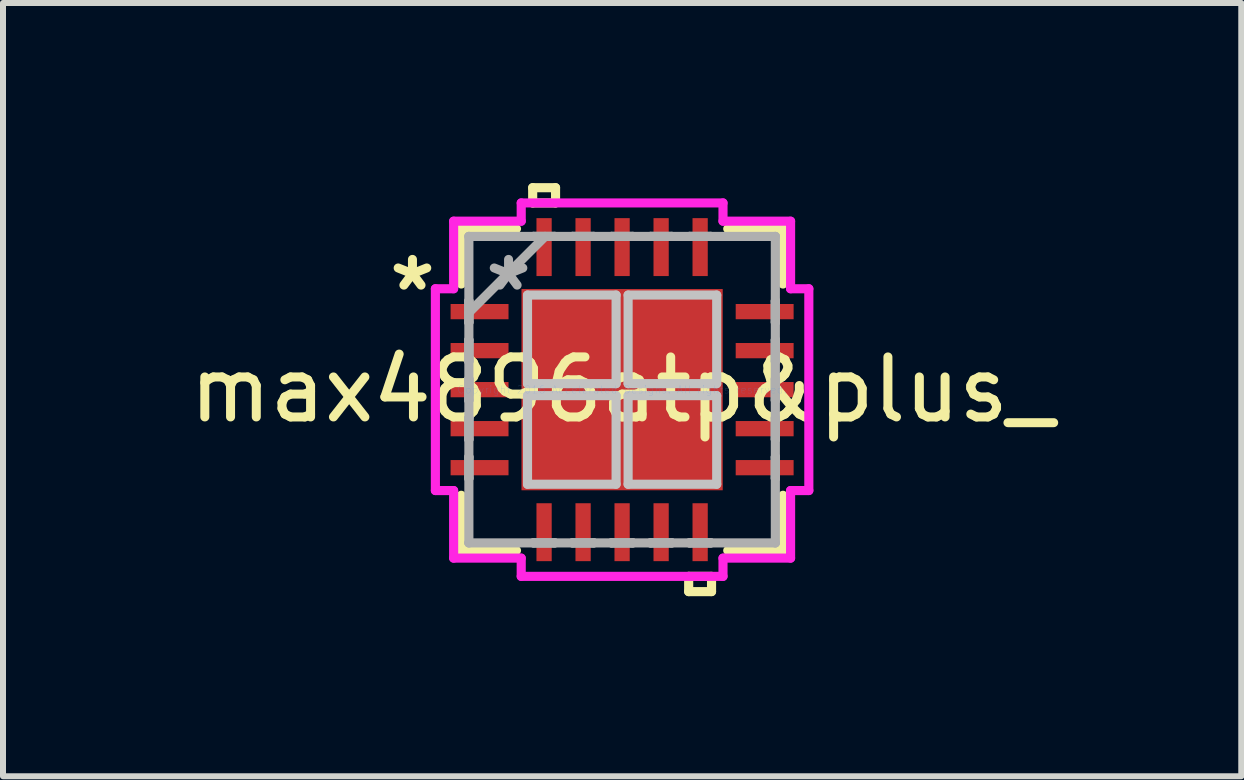
<source format=kicad_pcb>
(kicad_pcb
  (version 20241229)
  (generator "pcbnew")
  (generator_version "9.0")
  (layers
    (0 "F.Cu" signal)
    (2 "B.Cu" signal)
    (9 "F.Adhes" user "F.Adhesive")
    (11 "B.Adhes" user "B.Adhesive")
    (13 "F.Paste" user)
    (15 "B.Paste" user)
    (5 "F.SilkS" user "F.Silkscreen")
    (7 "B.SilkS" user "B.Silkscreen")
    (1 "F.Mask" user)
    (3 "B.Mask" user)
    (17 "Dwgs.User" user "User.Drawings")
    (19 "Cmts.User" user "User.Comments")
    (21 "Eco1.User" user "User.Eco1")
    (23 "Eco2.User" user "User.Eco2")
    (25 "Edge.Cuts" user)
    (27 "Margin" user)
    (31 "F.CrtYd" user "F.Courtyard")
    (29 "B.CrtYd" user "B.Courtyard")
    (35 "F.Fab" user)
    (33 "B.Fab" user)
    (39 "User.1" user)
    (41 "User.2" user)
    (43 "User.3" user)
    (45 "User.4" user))
  (footprint "max4896atp&plus_"
    (layer "F.Cu")
    (at 7.315 3.442)
    (property "Reference" "max4896atp&plus_" (at 0 0 0) (layer "F.SilkS") (effects (font (size 1 1) (thickness 0.15))))
    (attr through_hole)
    (fp_line (start -2.68 -2.68) (end -2.68 -1.76) (stroke (width 0.152) (type solid)) (layer "F.SilkS"))
    (fp_line (start -2.68 1.76) (end -2.68 2.68) (stroke (width 0.152) (type solid)) (layer "F.SilkS"))
    (fp_line (start -2.68 2.68) (end -1.76 2.68) (stroke (width 0.152) (type solid)) (layer "F.SilkS"))
    (fp_line (start -1.76 -2.68) (end -2.68 -2.68) (stroke (width 0.152) (type solid)) (layer "F.SilkS"))
    (fp_line (start -1.49 -3.365) (end -1.109 -3.365) (stroke (width 0.152) (type solid)) (layer "F.SilkS"))
    (fp_line (start -1.49 -3.111) (end -1.49 -3.365) (stroke (width 0.152) (type solid)) (layer "F.SilkS"))
    (fp_line (start -1.109 -3.365) (end -1.109 -3.111) (stroke (width 0.152) (type solid)) (layer "F.SilkS"))
    (fp_line (start -1.109 -3.111) (end -1.49 -3.111) (stroke (width 0.152) (type solid)) (layer "F.SilkS"))
    (fp_line (start 1.109 3.111) (end 1.109 3.365) (stroke (width 0.152) (type solid)) (layer "F.SilkS"))
    (fp_line (start 1.109 3.365) (end 1.49 3.365) (stroke (width 0.152) (type solid)) (layer "F.SilkS"))
    (fp_line (start 1.49 3.111) (end 1.109 3.111) (stroke (width 0.152) (type solid)) (layer "F.SilkS"))
    (fp_line (start 1.49 3.365) (end 1.49 3.111) (stroke (width 0.152) (type solid)) (layer "F.SilkS"))
    (fp_line (start 1.76 2.68) (end 2.68 2.68) (stroke (width 0.152) (type solid)) (layer "F.SilkS"))
    (fp_line (start 2.68 -2.68) (end 1.76 -2.68) (stroke (width 0.152) (type solid)) (layer "F.SilkS"))
    (fp_line (start 2.68 -1.76) (end 2.68 -2.68) (stroke (width 0.152) (type solid)) (layer "F.SilkS"))
    (fp_line (start 2.68 2.68) (end 2.68 1.76) (stroke (width 0.152) (type solid)) (layer "F.SilkS"))
    (fp_line (start -1.576 -1.576) (end -1.576 -0.1) (stroke (width 0.152) (type solid)) (layer "Dwgs.User"))
    (fp_line (start -1.576 -0.1) (end -0.1 -0.1) (stroke (width 0.152) (type solid)) (layer "Dwgs.User"))
    (fp_line (start -1.576 0.1) (end -1.576 1.576) (stroke (width 0.152) (type solid)) (layer "Dwgs.User"))
    (fp_line (start -1.576 1.576) (end -0.1 1.576) (stroke (width 0.152) (type solid)) (layer "Dwgs.User"))
    (fp_line (start -0.1 -1.576) (end -1.576 -1.576) (stroke (width 0.152) (type solid)) (layer "Dwgs.User"))
    (fp_line (start -0.1 -0.1) (end -0.1 -1.576) (stroke (width 0.152) (type solid)) (layer "Dwgs.User"))
    (fp_line (start -0.1 0.1) (end -1.576 0.1) (stroke (width 0.152) (type solid)) (layer "Dwgs.User"))
    (fp_line (start -0.1 1.576) (end -0.1 0.1) (stroke (width 0.152) (type solid)) (layer "Dwgs.User"))
    (fp_line (start 0.1 -1.576) (end 0.1 -0.1) (stroke (width 0.152) (type solid)) (layer "Dwgs.User"))
    (fp_line (start 0.1 -0.1) (end 1.576 -0.1) (stroke (width 0.152) (type solid)) (layer "Dwgs.User"))
    (fp_line (start 0.1 0.1) (end 0.1 1.576) (stroke (width 0.152) (type solid)) (layer "Dwgs.User"))
    (fp_line (start 0.1 1.576) (end 1.576 1.576) (stroke (width 0.152) (type solid)) (layer "Dwgs.User"))
    (fp_line (start 1.576 -1.576) (end 0.1 -1.576) (stroke (width 0.152) (type solid)) (layer "Dwgs.User"))
    (fp_line (start 1.576 -0.1) (end 1.576 -1.576) (stroke (width 0.152) (type solid)) (layer "Dwgs.User"))
    (fp_line (start 1.576 0.1) (end 0.1 0.1) (stroke (width 0.152) (type solid)) (layer "Dwgs.User"))
    (fp_line (start 1.576 1.576) (end 1.576 0.1) (stroke (width 0.152) (type solid)) (layer "Dwgs.User"))
    (fp_line (start -3.111 -1.681) (end -2.807 -1.681) (stroke (width 0.152) (type solid)) (layer "F.CrtYd"))
    (fp_line (start -3.111 1.681) (end -3.111 -1.681) (stroke (width 0.152) (type solid)) (layer "F.CrtYd"))
    (fp_line (start -2.807 -2.807) (end -1.681 -2.807) (stroke (width 0.152) (type solid)) (layer "F.CrtYd"))
    (fp_line (start -2.807 -1.681) (end -2.807 -2.807) (stroke (width 0.152) (type solid)) (layer "F.CrtYd"))
    (fp_line (start -2.807 1.681) (end -3.111 1.681) (stroke (width 0.152) (type solid)) (layer "F.CrtYd"))
    (fp_line (start -2.807 2.807) (end -2.807 1.681) (stroke (width 0.152) (type solid)) (layer "F.CrtYd"))
    (fp_line (start -1.681 -3.111) (end 1.681 -3.111) (stroke (width 0.152) (type solid)) (layer "F.CrtYd"))
    (fp_line (start -1.681 -2.807) (end -1.681 -3.111) (stroke (width 0.152) (type solid)) (layer "F.CrtYd"))
    (fp_line (start -1.681 2.807) (end -2.807 2.807) (stroke (width 0.152) (type solid)) (layer "F.CrtYd"))
    (fp_line (start -1.681 3.111) (end -1.681 2.807) (stroke (width 0.152) (type solid)) (layer "F.CrtYd"))
    (fp_line (start 1.681 -3.111) (end 1.681 -2.807) (stroke (width 0.152) (type solid)) (layer "F.CrtYd"))
    (fp_line (start 1.681 -2.807) (end 2.807 -2.807) (stroke (width 0.152) (type solid)) (layer "F.CrtYd"))
    (fp_line (start 1.681 2.807) (end 1.681 3.111) (stroke (width 0.152) (type solid)) (layer "F.CrtYd"))
    (fp_line (start 1.681 3.111) (end -1.681 3.111) (stroke (width 0.152) (type solid)) (layer "F.CrtYd"))
    (fp_line (start 2.807 -2.807) (end 2.807 -1.681) (stroke (width 0.152) (type solid)) (layer "F.CrtYd"))
    (fp_line (start 2.807 -1.681) (end 3.111 -1.681) (stroke (width 0.152) (type solid)) (layer "F.CrtYd"))
    (fp_line (start 2.807 1.681) (end 2.807 2.807) (stroke (width 0.152) (type solid)) (layer "F.CrtYd"))
    (fp_line (start 2.807 2.807) (end 1.681 2.807) (stroke (width 0.152) (type solid)) (layer "F.CrtYd"))
    (fp_line (start 3.111 -1.681) (end 3.111 1.681) (stroke (width 0.152) (type solid)) (layer "F.CrtYd"))
    (fp_line (start 3.111 1.681) (end 2.807 1.681) (stroke (width 0.152) (type solid)) (layer "F.CrtYd"))
    (fp_line (start -2.553 -2.553) (end -2.553 -2.553) (stroke (width 0.152) (type solid)) (layer "F.Fab"))
    (fp_line (start -2.553 -2.553) (end -2.553 2.553) (stroke (width 0.152) (type solid)) (layer "F.Fab"))
    (fp_line (start -2.553 -1.478) (end -2.553 -1.478) (stroke (width 0.152) (type solid)) (layer "F.Fab"))
    (fp_line (start -2.553 -1.478) (end -2.553 -1.122) (stroke (width 0.152) (type solid)) (layer "F.Fab"))
    (fp_line (start -2.553 -1.283) (end -1.283 -2.553) (stroke (width 0.152) (type solid)) (layer "F.Fab"))
    (fp_line (start -2.553 -1.122) (end -2.553 -1.478) (stroke (width 0.152) (type solid)) (layer "F.Fab"))
    (fp_line (start -2.553 -1.122) (end -2.553 -1.122) (stroke (width 0.152) (type solid)) (layer "F.Fab"))
    (fp_line (start -2.553 -0.828) (end -2.553 -0.828) (stroke (width 0.152) (type solid)) (layer "F.Fab"))
    (fp_line (start -2.553 -0.828) (end -2.553 -0.472) (stroke (width 0.152) (type solid)) (layer "F.Fab"))
    (fp_line (start -2.553 -0.472) (end -2.553 -0.828) (stroke (width 0.152) (type solid)) (layer "F.Fab"))
    (fp_line (start -2.553 -0.472) (end -2.553 -0.472) (stroke (width 0.152) (type solid)) (layer "F.Fab"))
    (fp_line (start -2.553 -0.178) (end -2.553 -0.178) (stroke (width 0.152) (type solid)) (layer "F.Fab"))
    (fp_line (start -2.553 -0.178) (end -2.553 0.178) (stroke (width 0.152) (type solid)) (layer "F.Fab"))
    (fp_line (start -2.553 0.178) (end -2.553 -0.178) (stroke (width 0.152) (type solid)) (layer "F.Fab"))
    (fp_line (start -2.553 0.178) (end -2.553 0.178) (stroke (width 0.152) (type solid)) (layer "F.Fab"))
    (fp_line (start -2.553 0.472) (end -2.553 0.472) (stroke (width 0.152) (type solid)) (layer "F.Fab"))
    (fp_line (start -2.553 0.472) (end -2.553 0.828) (stroke (width 0.152) (type solid)) (layer "F.Fab"))
    (fp_line (start -2.553 0.828) (end -2.553 0.472) (stroke (width 0.152) (type solid)) (layer "F.Fab"))
    (fp_line (start -2.553 0.828) (end -2.553 0.828) (stroke (width 0.152) (type solid)) (layer "F.Fab"))
    (fp_line (start -2.553 1.122) (end -2.553 1.122) (stroke (width 0.152) (type solid)) (layer "F.Fab"))
    (fp_line (start -2.553 1.122) (end -2.553 1.478) (stroke (width 0.152) (type solid)) (layer "F.Fab"))
    (fp_line (start -2.553 1.478) (end -2.553 1.122) (stroke (width 0.152) (type solid)) (layer "F.Fab"))
    (fp_line (start -2.553 1.478) (end -2.553 1.478) (stroke (width 0.152) (type solid)) (layer "F.Fab"))
    (fp_line (start -2.553 2.553) (end -2.553 2.553) (stroke (width 0.152) (type solid)) (layer "F.Fab"))
    (fp_line (start -2.553 2.553) (end 2.553 2.553) (stroke (width 0.152) (type solid)) (layer "F.Fab"))
    (fp_line (start -1.478 -2.553) (end -1.478 -2.553) (stroke (width 0.152) (type solid)) (layer "F.Fab"))
    (fp_line (start -1.478 -2.553) (end -1.122 -2.553) (stroke (width 0.152) (type solid)) (layer "F.Fab"))
    (fp_line (start -1.478 2.553) (end -1.478 2.553) (stroke (width 0.152) (type solid)) (layer "F.Fab"))
    (fp_line (start -1.478 2.553) (end -1.122 2.553) (stroke (width 0.152) (type solid)) (layer "F.Fab"))
    (fp_line (start -1.122 -2.553) (end -1.478 -2.553) (stroke (width 0.152) (type solid)) (layer "F.Fab"))
    (fp_line (start -1.122 -2.553) (end -1.122 -2.553) (stroke (width 0.152) (type solid)) (layer "F.Fab"))
    (fp_line (start -1.122 2.553) (end -1.478 2.553) (stroke (width 0.152) (type solid)) (layer "F.Fab"))
    (fp_line (start -1.122 2.553) (end -1.122 2.553) (stroke (width 0.152) (type solid)) (layer "F.Fab"))
    (fp_line (start -0.828 -2.553) (end -0.828 -2.553) (stroke (width 0.152) (type solid)) (layer "F.Fab"))
    (fp_line (start -0.828 -2.553) (end -0.472 -2.553) (stroke (width 0.152) (type solid)) (layer "F.Fab"))
    (fp_line (start -0.828 2.553) (end -0.828 2.553) (stroke (width 0.152) (type solid)) (layer "F.Fab"))
    (fp_line (start -0.828 2.553) (end -0.472 2.553) (stroke (width 0.152) (type solid)) (layer "F.Fab"))
    (fp_line (start -0.472 -2.553) (end -0.828 -2.553) (stroke (width 0.152) (type solid)) (layer "F.Fab"))
    (fp_line (start -0.472 -2.553) (end -0.472 -2.553) (stroke (width 0.152) (type solid)) (layer "F.Fab"))
    (fp_line (start -0.472 2.553) (end -0.828 2.553) (stroke (width 0.152) (type solid)) (layer "F.Fab"))
    (fp_line (start -0.472 2.553) (end -0.472 2.553) (stroke (width 0.152) (type solid)) (layer "F.Fab"))
    (fp_line (start -0.178 -2.553) (end -0.178 -2.553) (stroke (width 0.152) (type solid)) (layer "F.Fab"))
    (fp_line (start -0.178 -2.553) (end 0.178 -2.553) (stroke (width 0.152) (type solid)) (layer "F.Fab"))
    (fp_line (start -0.178 2.553) (end -0.178 2.553) (stroke (width 0.152) (type solid)) (layer "F.Fab"))
    (fp_line (start -0.178 2.553) (end 0.178 2.553) (stroke (width 0.152) (type solid)) (layer "F.Fab"))
    (fp_line (start 0.178 -2.553) (end -0.178 -2.553) (stroke (width 0.152) (type solid)) (layer "F.Fab"))
    (fp_line (start 0.178 -2.553) (end 0.178 -2.553) (stroke (width 0.152) (type solid)) (layer "F.Fab"))
    (fp_line (start 0.178 2.553) (end -0.178 2.553) (stroke (width 0.152) (type solid)) (layer "F.Fab"))
    (fp_line (start 0.178 2.553) (end 0.178 2.553) (stroke (width 0.152) (type solid)) (layer "F.Fab"))
    (fp_line (start 0.472 -2.553) (end 0.472 -2.553) (stroke (width 0.152) (type solid)) (layer "F.Fab"))
    (fp_line (start 0.472 -2.553) (end 0.828 -2.553) (stroke (width 0.152) (type solid)) (layer "F.Fab"))
    (fp_line (start 0.472 2.553) (end 0.472 2.553) (stroke (width 0.152) (type solid)) (layer "F.Fab"))
    (fp_line (start 0.472 2.553) (end 0.828 2.553) (stroke (width 0.152) (type solid)) (layer "F.Fab"))
    (fp_line (start 0.828 -2.553) (end 0.472 -2.553) (stroke (width 0.152) (type solid)) (layer "F.Fab"))
    (fp_line (start 0.828 -2.553) (end 0.828 -2.553) (stroke (width 0.152) (type solid)) (layer "F.Fab"))
    (fp_line (start 0.828 2.553) (end 0.472 2.553) (stroke (width 0.152) (type solid)) (layer "F.Fab"))
    (fp_line (start 0.828 2.553) (end 0.828 2.553) (stroke (width 0.152) (type solid)) (layer "F.Fab"))
    (fp_line (start 1.122 -2.553) (end 1.122 -2.553) (stroke (width 0.152) (type solid)) (layer "F.Fab"))
    (fp_line (start 1.122 -2.553) (end 1.478 -2.553) (stroke (width 0.152) (type solid)) (layer "F.Fab"))
    (fp_line (start 1.122 2.553) (end 1.122 2.553) (stroke (width 0.152) (type solid)) (layer "F.Fab"))
    (fp_line (start 1.122 2.553) (end 1.478 2.553) (stroke (width 0.152) (type solid)) (layer "F.Fab"))
    (fp_line (start 1.478 -2.553) (end 1.122 -2.553) (stroke (width 0.152) (type solid)) (layer "F.Fab"))
    (fp_line (start 1.478 -2.553) (end 1.478 -2.553) (stroke (width 0.152) (type solid)) (layer "F.Fab"))
    (fp_line (start 1.478 2.553) (end 1.122 2.553) (stroke (width 0.152) (type solid)) (layer "F.Fab"))
    (fp_line (start 1.478 2.553) (end 1.478 2.553) (stroke (width 0.152) (type solid)) (layer "F.Fab"))
    (fp_line (start 2.553 -2.553) (end -2.553 -2.553) (stroke (width 0.152) (type solid)) (layer "F.Fab"))
    (fp_line (start 2.553 -2.553) (end 2.553 -2.553) (stroke (width 0.152) (type solid)) (layer "F.Fab"))
    (fp_line (start 2.553 -1.478) (end 2.553 -1.478) (stroke (width 0.152) (type solid)) (layer "F.Fab"))
    (fp_line (start 2.553 -1.478) (end 2.553 -1.122) (stroke (width 0.152) (type solid)) (layer "F.Fab"))
    (fp_line (start 2.553 -1.122) (end 2.553 -1.478) (stroke (width 0.152) (type solid)) (layer "F.Fab"))
    (fp_line (start 2.553 -1.122) (end 2.553 -1.122) (stroke (width 0.152) (type solid)) (layer "F.Fab"))
    (fp_line (start 2.553 -0.828) (end 2.553 -0.828) (stroke (width 0.152) (type solid)) (layer "F.Fab"))
    (fp_line (start 2.553 -0.828) (end 2.553 -0.472) (stroke (width 0.152) (type solid)) (layer "F.Fab"))
    (fp_line (start 2.553 -0.472) (end 2.553 -0.828) (stroke (width 0.152) (type solid)) (layer "F.Fab"))
    (fp_line (start 2.553 -0.472) (end 2.553 -0.472) (stroke (width 0.152) (type solid)) (layer "F.Fab"))
    (fp_line (start 2.553 -0.178) (end 2.553 -0.178) (stroke (width 0.152) (type solid)) (layer "F.Fab"))
    (fp_line (start 2.553 -0.178) (end 2.553 0.178) (stroke (width 0.152) (type solid)) (layer "F.Fab"))
    (fp_line (start 2.553 0.178) (end 2.553 -0.178) (stroke (width 0.152) (type solid)) (layer "F.Fab"))
    (fp_line (start 2.553 0.178) (end 2.553 0.178) (stroke (width 0.152) (type solid)) (layer "F.Fab"))
    (fp_line (start 2.553 0.472) (end 2.553 0.472) (stroke (width 0.152) (type solid)) (layer "F.Fab"))
    (fp_line (start 2.553 0.472) (end 2.553 0.828) (stroke (width 0.152) (type solid)) (layer "F.Fab"))
    (fp_line (start 2.553 0.828) (end 2.553 0.472) (stroke (width 0.152) (type solid)) (layer "F.Fab"))
    (fp_line (start 2.553 0.828) (end 2.553 0.828) (stroke (width 0.152) (type solid)) (layer "F.Fab"))
    (fp_line (start 2.553 1.122) (end 2.553 1.122) (stroke (width 0.152) (type solid)) (layer "F.Fab"))
    (fp_line (start 2.553 1.122) (end 2.553 1.478) (stroke (width 0.152) (type solid)) (layer "F.Fab"))
    (fp_line (start 2.553 1.478) (end 2.553 1.122) (stroke (width 0.152) (type solid)) (layer "F.Fab"))
    (fp_line (start 2.553 1.478) (end 2.553 1.478) (stroke (width 0.152) (type solid)) (layer "F.Fab"))
    (fp_line (start 2.553 2.553) (end 2.553 -2.553) (stroke (width 0.152) (type solid)) (layer "F.Fab"))
    (fp_line (start 2.553 2.553) (end 2.553 2.553) (stroke (width 0.152) (type solid)) (layer "F.Fab"))
    (fp_text user "*" (at -3.493 -1.625 0) (layer "F.SilkS") (effects (font (size 1 1) (thickness 0.15))))
    (fp_text user "Copyright 2016 Accelerated Designs. All rights reserved." (at 0 0 0) (layer "Cmts.User") (effects (font (size 0.127 0.127) (thickness 0.002))))
    (fp_text user "*" (at -1.892 -1.625 0) (layer "F.Fab") (effects (font (size 1 1) (thickness 0.15))))
    (pad "1" smd rect (at -2.375 -1.3 90) (size 0.254 0.965) (layers "F.Cu" "F.Mask" "F.Paste"))
    (pad "2" smd rect (at -2.375 -0.65 90) (size 0.254 0.965) (layers "F.Cu" "F.Mask" "F.Paste"))
    (pad "3" smd rect (at -2.375 0 90) (size 0.254 0.965) (layers "F.Cu" "F.Mask" "F.Paste"))
    (pad "4" smd rect (at -2.375 0.65 90) (size 0.254 0.965) (layers "F.Cu" "F.Mask" "F.Paste"))
    (pad "5" smd rect (at -2.375 1.3 90) (size 0.254 0.965) (layers "F.Cu" "F.Mask" "F.Paste"))
    (pad "6" smd rect (at -1.3 2.375) (size 0.254 0.965) (layers "F.Cu" "F.Mask" "F.Paste"))
    (pad "7" smd rect (at -0.65 2.375) (size 0.254 0.965) (layers "F.Cu" "F.Mask" "F.Paste"))
    (pad "8" smd rect (at 0 2.375) (size 0.254 0.965) (layers "F.Cu" "F.Mask" "F.Paste"))
    (pad "9" smd rect (at 0.65 2.375) (size 0.254 0.965) (layers "F.Cu" "F.Mask" "F.Paste"))
    (pad "10" smd rect (at 1.3 2.375) (size 0.254 0.965) (layers "F.Cu" "F.Mask" "F.Paste"))
    (pad "11" smd rect (at 2.375 1.3 90) (size 0.254 0.965) (layers "F.Cu" "F.Mask" "F.Paste"))
    (pad "12" smd rect (at 2.375 0.65 90) (size 0.254 0.965) (layers "F.Cu" "F.Mask" "F.Paste"))
    (pad "13" smd rect (at 2.375 0 90) (size 0.254 0.965) (layers "F.Cu" "F.Mask" "F.Paste"))
    (pad "14" smd rect (at 2.375 -0.65 90) (size 0.254 0.965) (layers "F.Cu" "F.Mask" "F.Paste"))
    (pad "15" smd rect (at 2.375 -1.3 90) (size 0.254 0.965) (layers "F.Cu" "F.Mask" "F.Paste"))
    (pad "16" smd rect (at 1.3 -2.375) (size 0.254 0.965) (layers "F.Cu" "F.Mask" "F.Paste"))
    (pad "17" smd rect (at 0.65 -2.375) (size 0.254 0.965) (layers "F.Cu" "F.Mask" "F.Paste"))
    (pad "18" smd rect (at 0 -2.375) (size 0.254 0.965) (layers "F.Cu" "F.Mask" "F.Paste"))
    (pad "19" smd rect (at -0.65 -2.375) (size 0.254 0.965) (layers "F.Cu" "F.Mask" "F.Paste"))
    (pad "20" smd rect (at -1.3 -2.375) (size 0.254 0.965) (layers "F.Cu" "F.Mask" "F.Paste"))
    (pad "21" smd rect (at 0 0) (size 3.353 3.353) (layers "F.Cu" "F.Mask" "F.Paste")))
  (gr_rect
    (start -3 -3)
    (end 17.631 9.883)
    (stroke (width 0.1) (type default))
    (fill no)
    (layer "Edge.Cuts")))
</source>
